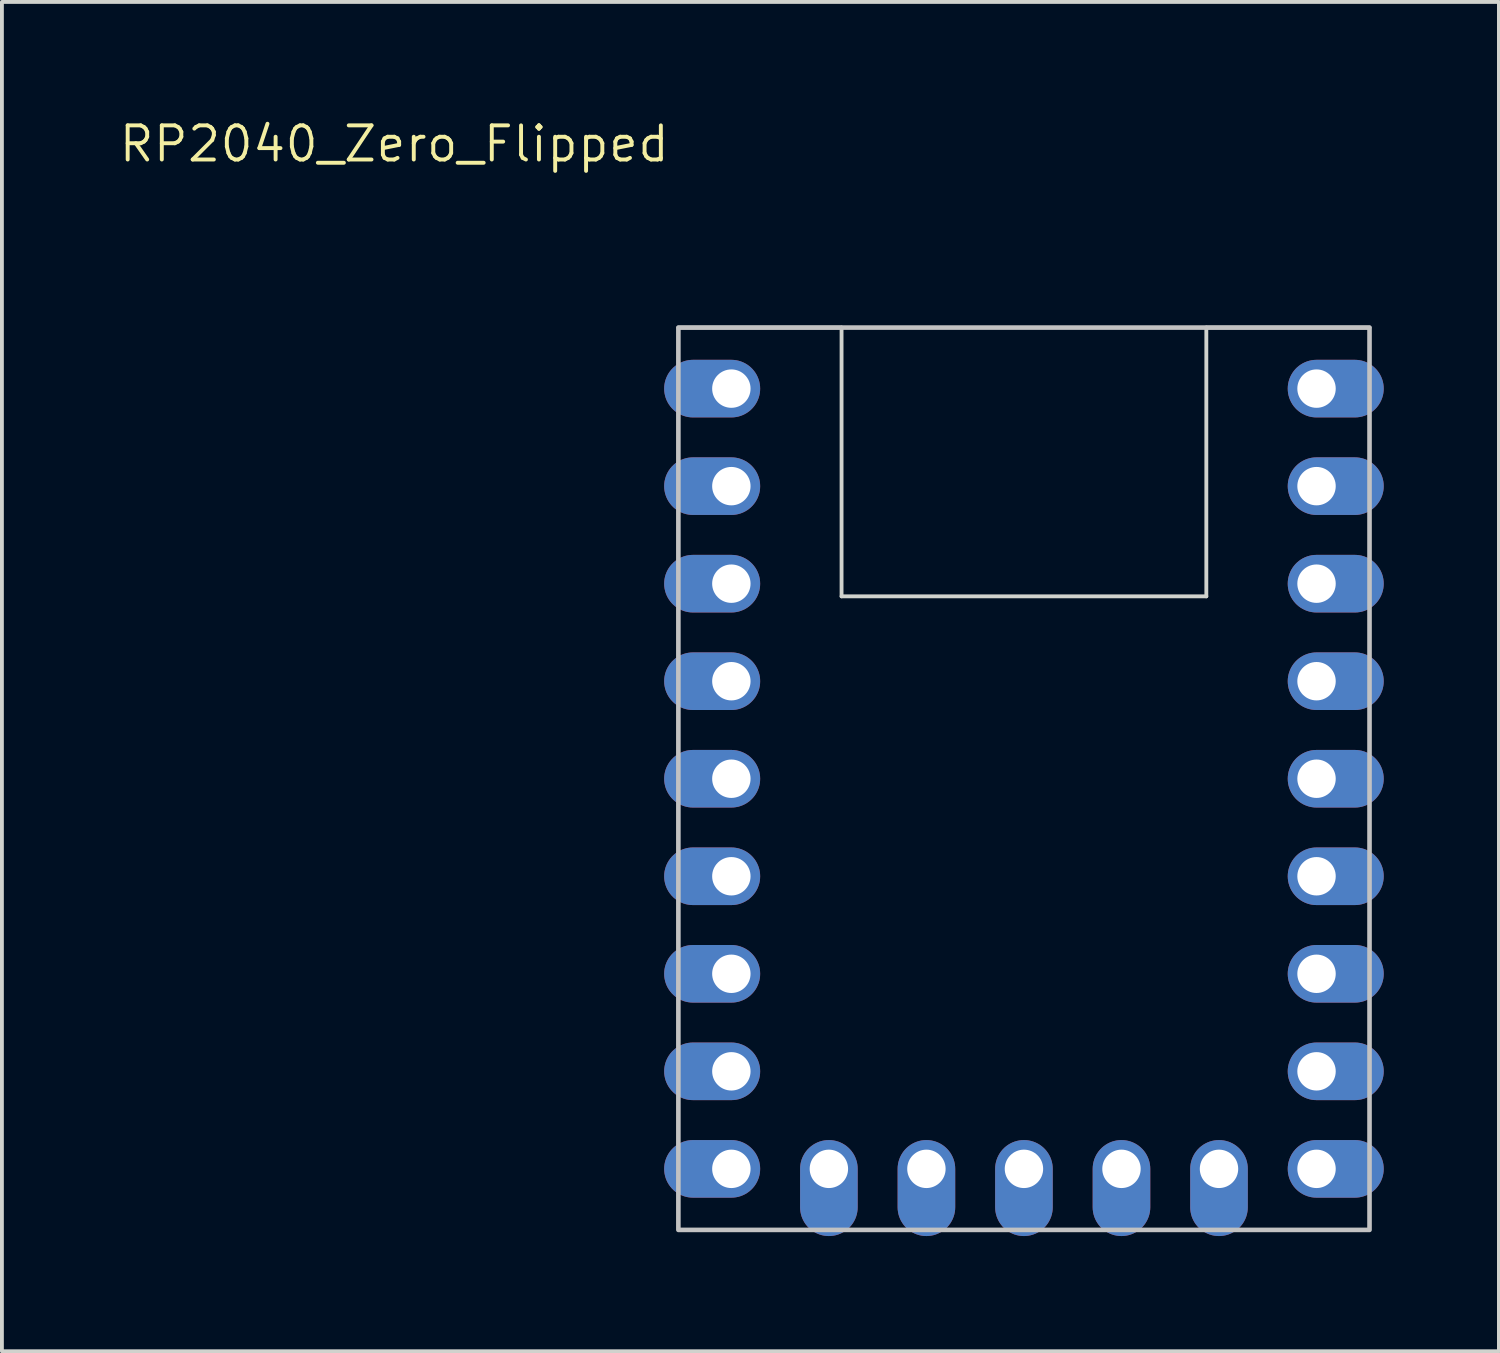
<source format=kicad_pcb>
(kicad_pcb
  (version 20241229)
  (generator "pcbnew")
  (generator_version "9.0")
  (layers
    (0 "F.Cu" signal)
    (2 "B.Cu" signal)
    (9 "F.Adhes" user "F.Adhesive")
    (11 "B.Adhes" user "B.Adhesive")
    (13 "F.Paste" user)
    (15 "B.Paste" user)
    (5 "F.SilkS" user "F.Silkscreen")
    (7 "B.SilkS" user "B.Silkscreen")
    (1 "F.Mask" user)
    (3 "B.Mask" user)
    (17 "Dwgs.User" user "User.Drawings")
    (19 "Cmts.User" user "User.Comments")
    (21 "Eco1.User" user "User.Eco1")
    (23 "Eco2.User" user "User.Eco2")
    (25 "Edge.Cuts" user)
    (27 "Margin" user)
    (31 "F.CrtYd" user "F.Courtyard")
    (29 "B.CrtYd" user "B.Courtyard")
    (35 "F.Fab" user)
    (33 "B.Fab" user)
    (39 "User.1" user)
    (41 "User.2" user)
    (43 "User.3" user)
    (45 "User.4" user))
  (footprint "RP2040_Zero_Flipped"
    (layer "F.Cu")
    (at 23.617 17.231)
    (property "Reference" "RP2040_Zero_Flipped" (at -16.399 -16.533 0) (layer "F.SilkS") (effects (font (size 0.889 0.889) (thickness 0.102))))
    (attr through_hole exclude_from_pos_files)
    (fp_rect (start -9 -11.75) (end 9 11.75) (stroke (width 0.12) (type solid)) (fill no) (layer "Dwgs.User"))
    (fp_line (start -4.75 -11.75) (end -9 -11.75) (stroke (width 0.1) (type default)) (layer "Edge.Cuts"))
    (fp_line (start -4.75 -11.75) (end -4.75 -4.75) (stroke (width 0.1) (type default)) (layer "Edge.Cuts"))
    (fp_line (start -4.75 -4.75) (end 4.75 -4.75) (stroke (width 0.1) (type default)) (layer "Edge.Cuts"))
    (fp_line (start 4.75 -11.75) (end 4.75 -4.75) (stroke (width 0.1) (type default)) (layer "Edge.Cuts"))
    (fp_line (start 9 -11.75) (end 4.75 -11.75) (stroke (width 0.1) (type default)) (layer "Edge.Cuts"))
    (pad "1" thru_hole oval (at -7.62 -10.16 180) (size 2.5 1.5) (drill 1 (offset 0.5 0)) (layers "*.Cu" "*.Mask"))
    (pad "2" thru_hole oval (at -7.62 -7.62 180) (size 2.5 1.5) (drill 1 (offset 0.5 0)) (layers "*.Cu" "*.Mask"))
    (pad "3" thru_hole oval (at -7.62 -5.08 180) (size 2.5 1.5) (drill 1 (offset 0.5 0)) (layers "*.Cu" "*.Mask"))
    (pad "4" thru_hole oval (at -7.62 -2.54 180) (size 2.5 1.5) (drill 1 (offset 0.5 0)) (layers "*.Cu" "*.Mask"))
    (pad "5" thru_hole oval (at -7.62 0 180) (size 2.5 1.5) (drill 1 (offset 0.5 0)) (layers "*.Cu" "*.Mask"))
    (pad "6" thru_hole oval (at -7.62 2.54 180) (size 2.5 1.5) (drill 1 (offset 0.5 0)) (layers "*.Cu" "*.Mask"))
    (pad "7" thru_hole oval (at -7.62 5.08 180) (size 2.5 1.5) (drill 1 (offset 0.5 0)) (layers "*.Cu" "*.Mask"))
    (pad "8" thru_hole oval (at -7.62 7.62 180) (size 2.5 1.5) (drill 1 (offset 0.5 0)) (layers "*.Cu" "*.Mask"))
    (pad "9" thru_hole oval (at -7.62 10.16 180) (size 2.5 1.5) (drill 1 (offset 0.5 0)) (layers "*.Cu" "*.Mask"))
    (pad "10" thru_hole oval (at -5.08 10.16 270) (size 2.5 1.5) (drill 1 (offset 0.5 0)) (layers "*.Cu" "*.Mask"))
    (pad "11" thru_hole oval (at -2.54 10.16 270) (size 2.5 1.5) (drill 1 (offset 0.5 0)) (layers "*.Cu" "*.Mask"))
    (pad "12" thru_hole oval (at 0 10.16 270) (size 2.5 1.5) (drill 1 (offset 0.5 0)) (layers "*.Cu" "*.Mask"))
    (pad "13" thru_hole oval (at 2.54 10.16 270) (size 2.5 1.5) (drill 1 (offset 0.5 0)) (layers "*.Cu" "*.Mask"))
    (pad "14" thru_hole oval (at 5.08 10.16 270) (size 2.5 1.5) (drill 1 (offset 0.5 0)) (layers "*.Cu" "*.Mask"))
    (pad "15" thru_hole oval (at 7.62 10.16) (size 2.5 1.5) (drill 1 (offset 0.5 0)) (layers "*.Cu" "*.Mask"))
    (pad "16" thru_hole oval (at 7.62 7.62) (size 2.5 1.5) (drill 1 (offset 0.5 0)) (layers "*.Cu" "*.Mask"))
    (pad "17" thru_hole oval (at 7.62 5.08) (size 2.5 1.5) (drill 1 (offset 0.5 0)) (layers "*.Cu" "*.Mask"))
    (pad "18" thru_hole oval (at 7.62 2.54) (size 2.5 1.5) (drill 1 (offset 0.5 0)) (layers "*.Cu" "*.Mask"))
    (pad "19" thru_hole oval (at 7.62 0) (size 2.5 1.5) (drill 1 (offset 0.5 0)) (layers "*.Cu" "*.Mask"))
    (pad "20" thru_hole oval (at 7.62 -2.54) (size 2.5 1.5) (drill 1 (offset 0.5 0)) (layers "*.Cu" "*.Mask"))
    (pad "21" thru_hole oval (at 7.62 -5.08) (size 2.5 1.5) (drill 1 (offset 0.5 0)) (layers "*.Cu" "*.Mask"))
    (pad "22" thru_hole oval (at 7.62 -7.62) (size 2.5 1.5) (drill 1 (offset 0.5 0)) (layers "*.Cu" "*.Mask"))
    (pad "23" thru_hole oval (at 7.62 -10.16) (size 2.5 1.5) (drill 1 (offset 0.5 0)) (layers "*.Cu" "*.Mask")))
  (gr_rect
    (start -3 -3)
    (end 35.987 32.141)
    (stroke (width 0.1) (type default))
    (fill no)
    (layer "Edge.Cuts")))
</source>
